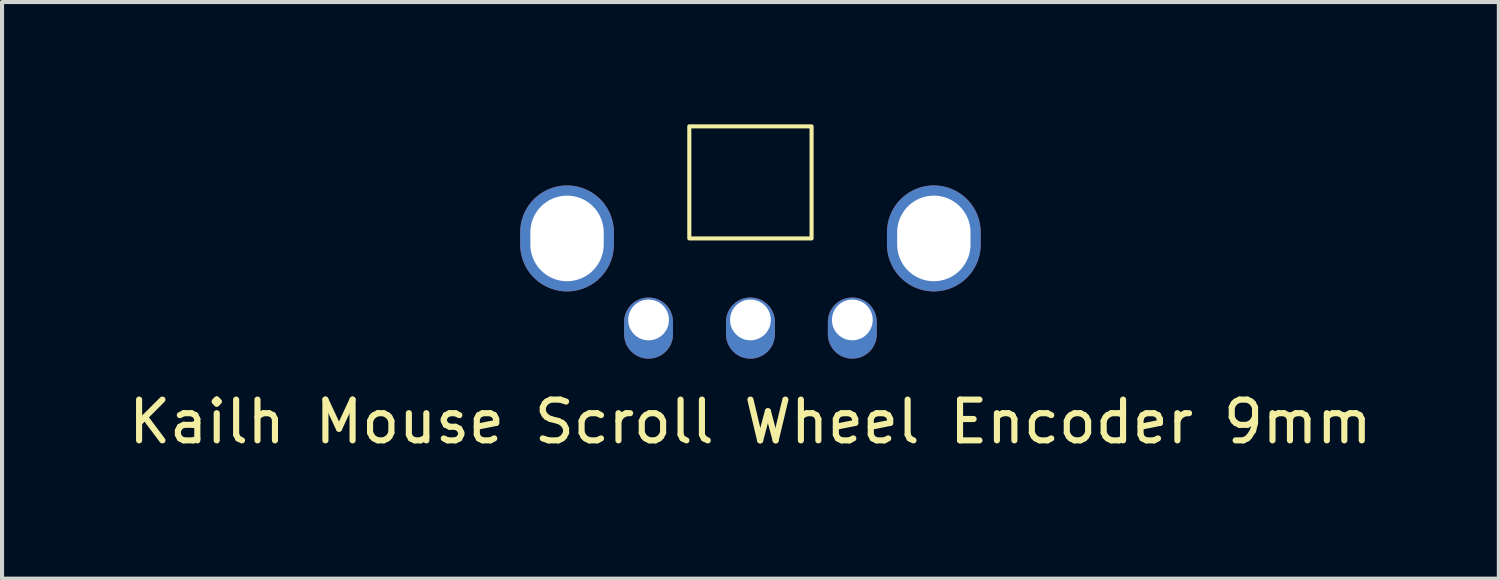
<source format=kicad_pcb>
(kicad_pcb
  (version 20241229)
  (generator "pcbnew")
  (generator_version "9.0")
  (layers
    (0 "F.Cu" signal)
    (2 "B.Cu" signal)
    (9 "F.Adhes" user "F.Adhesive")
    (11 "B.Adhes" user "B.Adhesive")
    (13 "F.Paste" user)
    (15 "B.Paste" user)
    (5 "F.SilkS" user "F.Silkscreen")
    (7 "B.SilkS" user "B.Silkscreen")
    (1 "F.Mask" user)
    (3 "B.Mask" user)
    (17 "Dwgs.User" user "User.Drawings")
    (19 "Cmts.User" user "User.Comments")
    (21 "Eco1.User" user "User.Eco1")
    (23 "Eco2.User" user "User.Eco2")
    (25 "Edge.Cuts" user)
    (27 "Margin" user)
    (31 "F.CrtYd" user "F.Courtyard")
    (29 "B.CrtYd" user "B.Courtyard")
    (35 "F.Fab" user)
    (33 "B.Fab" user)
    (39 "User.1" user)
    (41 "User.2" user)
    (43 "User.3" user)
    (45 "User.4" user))
  (footprint "Kailh Mouse Scroll Wheel Encoder 9mm"
    (layer "F.Cu")
    (at 15.363 4.8)
    (property "Reference" "Kailh Mouse Scroll Wheel Encoder 9mm" (at 0 2.5 0) (layer "F.SilkS") (effects (font (size 1 1) (thickness 0.15))))
    (attr through_hole)
    (fp_rect (start -1.5 -4.75) (end 1.5 -2) (stroke (width 0.1) (type solid)) (fill no) (layer "F.SilkS"))
    (fp_rect (start -5.8 0.7) (end 5.8 -4.4) (stroke (width 0.1) (type solid)) (fill no) (layer "Margin"))
    (pad "A" thru_hole oval (at -2.5 0) (size 1.2 1.5) (drill 1 (offset 0 0.2)) (layers "*.Cu" "*.Mask"))
    (pad "B" thru_hole oval (at 0 0) (size 1.2 1.5) (drill 1 (offset 0 0.2)) (layers "*.Cu" "*.Mask"))
    (pad "C" thru_hole oval (at 2.5 0) (size 1.2 1.5) (drill 1 (offset 0 0.2)) (layers "*.Cu" "*.Mask"))
    (pad "GND" thru_hole oval (at -4.5 -2 180) (size 2.3 2.6) (drill oval 1.8 2.1) (layers "*.Cu" "*.Mask"))
    (pad "GND" thru_hole oval (at 4.5 -2) (size 2.3 2.6) (drill oval 1.8 2.1) (layers "*.Cu" "*.Mask")))
  (gr_rect
    (start -3 -3)
    (end 33.726 11.148)
    (stroke (width 0.1) (type default))
    (fill no)
    (layer "Edge.Cuts")))
</source>
